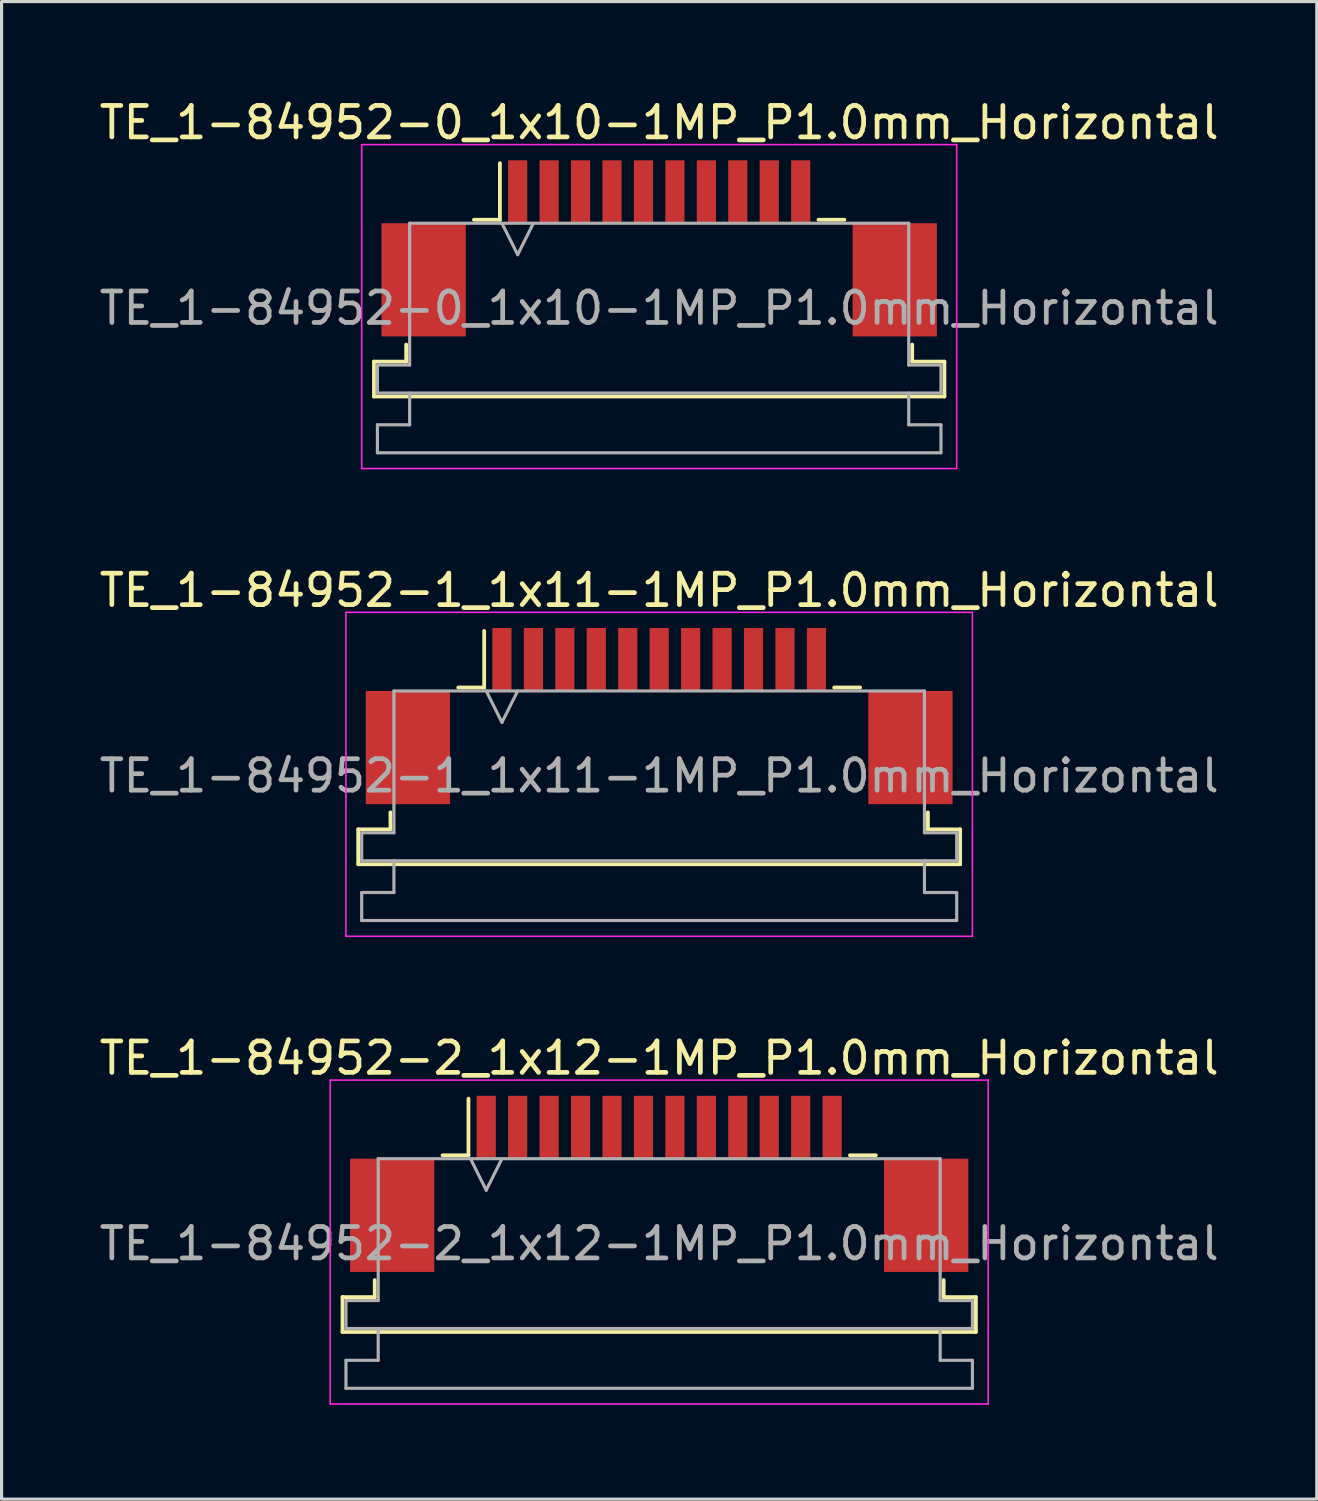
<source format=kicad_pcb>
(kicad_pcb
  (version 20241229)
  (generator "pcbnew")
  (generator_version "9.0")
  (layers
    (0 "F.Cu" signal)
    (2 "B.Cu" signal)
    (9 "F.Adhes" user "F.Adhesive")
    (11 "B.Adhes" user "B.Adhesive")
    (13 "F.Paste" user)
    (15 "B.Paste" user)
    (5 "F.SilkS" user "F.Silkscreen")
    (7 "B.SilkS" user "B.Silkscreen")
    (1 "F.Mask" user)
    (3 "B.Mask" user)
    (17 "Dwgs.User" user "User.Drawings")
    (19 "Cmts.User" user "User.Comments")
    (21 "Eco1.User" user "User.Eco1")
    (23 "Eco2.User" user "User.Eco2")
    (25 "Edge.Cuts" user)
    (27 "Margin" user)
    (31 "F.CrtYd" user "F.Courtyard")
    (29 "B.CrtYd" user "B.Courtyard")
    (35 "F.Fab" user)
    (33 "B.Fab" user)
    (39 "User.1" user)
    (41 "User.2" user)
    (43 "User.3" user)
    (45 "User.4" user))
  (footprint "TE_1-84952-2_1x12-1MP_P1.0mm_Horizontal"
    (layer "F.Cu")
    (at 17.911 34.595)
    (property "Reference" "TE_1-84952-2_1x12-1MP_P1.0mm_Horizontal" (at 0 -4 0) (layer "F.SilkS") (effects (font (size 1 1) (thickness 0.15))))
    (attr smd)
    (fp_line (start -10.07 3.6) (end -9.045 3.6) (stroke (width 0.12) (type solid)) (layer "F.SilkS"))
    (fp_line (start -10.07 4.71) (end -10.07 3.6) (stroke (width 0.12) (type solid)) (layer "F.SilkS"))
    (fp_line (start -9.045 3.6) (end -9.045 3.06) (stroke (width 0.12) (type solid)) (layer "F.SilkS"))
    (fp_line (start -6.89 -0.91) (end -6.065 -0.91) (stroke (width 0.12) (type solid)) (layer "F.SilkS"))
    (fp_line (start -6.065 -0.91) (end -6.065 -2.71) (stroke (width 0.12) (type solid)) (layer "F.SilkS"))
    (fp_line (start 6.065 -0.91) (end 6.89 -0.91) (stroke (width 0.12) (type solid)) (layer "F.SilkS"))
    (fp_line (start 9.045 3.06) (end 9.045 3.6) (stroke (width 0.12) (type solid)) (layer "F.SilkS"))
    (fp_line (start 9.045 3.6) (end 10.07 3.6) (stroke (width 0.12) (type solid)) (layer "F.SilkS"))
    (fp_line (start 10.07 3.6) (end 10.07 4.71) (stroke (width 0.12) (type solid)) (layer "F.SilkS"))
    (fp_line (start 10.07 4.71) (end -10.07 4.71) (stroke (width 0.12) (type solid)) (layer "F.SilkS"))
    (fp_line (start -10.46 -3.3) (end -10.46 7) (stroke (width 0.05) (type solid)) (layer "F.CrtYd"))
    (fp_line (start -10.46 7) (end 10.46 7) (stroke (width 0.05) (type solid)) (layer "F.CrtYd"))
    (fp_line (start 10.46 -3.3) (end -10.46 -3.3) (stroke (width 0.05) (type solid)) (layer "F.CrtYd"))
    (fp_line (start 10.46 7) (end 10.46 -3.3) (stroke (width 0.05) (type solid)) (layer "F.CrtYd"))
    (fp_line (start -9.96 3.71) (end -8.935 3.71) (stroke (width 0.1) (type solid)) (layer "F.Fab"))
    (fp_line (start -9.96 4.6) (end -9.96 3.71) (stroke (width 0.1) (type solid)) (layer "F.Fab"))
    (fp_line (start -9.96 5.61) (end -8.935 5.61) (stroke (width 0.1) (type solid)) (layer "F.Fab"))
    (fp_line (start -9.96 6.5) (end -9.96 5.61) (stroke (width 0.1) (type solid)) (layer "F.Fab"))
    (fp_line (start -8.935 -0.8) (end 8.935 -0.8) (stroke (width 0.1) (type solid)) (layer "F.Fab"))
    (fp_line (start -8.935 3.71) (end -8.935 -0.8) (stroke (width 0.1) (type solid)) (layer "F.Fab"))
    (fp_line (start -8.935 5.61) (end -8.935 4.6) (stroke (width 0.1) (type solid)) (layer "F.Fab"))
    (fp_line (start -6 -0.8) (end -5.5 0.2) (stroke (width 0.1) (type solid)) (layer "F.Fab"))
    (fp_line (start -5.5 0.2) (end -5 -0.8) (stroke (width 0.1) (type solid)) (layer "F.Fab"))
    (fp_line (start 8.935 -0.8) (end 8.935 3.71) (stroke (width 0.1) (type solid)) (layer "F.Fab"))
    (fp_line (start 8.935 3.71) (end 9.96 3.71) (stroke (width 0.1) (type solid)) (layer "F.Fab"))
    (fp_line (start 8.935 4.6) (end 8.935 5.61) (stroke (width 0.1) (type solid)) (layer "F.Fab"))
    (fp_line (start 8.935 5.61) (end 9.96 5.61) (stroke (width 0.1) (type solid)) (layer "F.Fab"))
    (fp_line (start 9.96 3.71) (end 9.96 4.6) (stroke (width 0.1) (type solid)) (layer "F.Fab"))
    (fp_line (start 9.96 4.6) (end -9.96 4.6) (stroke (width 0.1) (type solid)) (layer "F.Fab"))
    (fp_line (start 9.96 5.61) (end 9.96 6.5) (stroke (width 0.1) (type solid)) (layer "F.Fab"))
    (fp_line (start 9.96 6.5) (end -9.96 6.5) (stroke (width 0.1) (type solid)) (layer "F.Fab"))
    (fp_text user "${REFERENCE}" (at 0 1.9 0) (layer "F.Fab") (effects (font (size 1 1) (thickness 0.15))))
    (pad "1" smd rect (at -5.5 -1.8) (size 0.61 2) (layers "F.Cu" "F.Mask" "F.Paste"))
    (pad "2" smd rect (at -4.5 -1.8) (size 0.61 2) (layers "F.Cu" "F.Mask" "F.Paste"))
    (pad "3" smd rect (at -3.5 -1.8) (size 0.61 2) (layers "F.Cu" "F.Mask" "F.Paste"))
    (pad "4" smd rect (at -2.5 -1.8) (size 0.61 2) (layers "F.Cu" "F.Mask" "F.Paste"))
    (pad "5" smd rect (at -1.5 -1.8) (size 0.61 2) (layers "F.Cu" "F.Mask" "F.Paste"))
    (pad "6" smd rect (at -0.5 -1.8) (size 0.61 2) (layers "F.Cu" "F.Mask" "F.Paste"))
    (pad "7" smd rect (at 0.5 -1.8) (size 0.61 2) (layers "F.Cu" "F.Mask" "F.Paste"))
    (pad "8" smd rect (at 1.5 -1.8) (size 0.61 2) (layers "F.Cu" "F.Mask" "F.Paste"))
    (pad "9" smd rect (at 2.5 -1.8) (size 0.61 2) (layers "F.Cu" "F.Mask" "F.Paste"))
    (pad "10" smd rect (at 3.5 -1.8) (size 0.61 2) (layers "F.Cu" "F.Mask" "F.Paste"))
    (pad "11" smd rect (at 4.5 -1.8) (size 0.61 2) (layers "F.Cu" "F.Mask" "F.Paste"))
    (pad "12" smd rect (at 5.5 -1.8) (size 0.61 2) (layers "F.Cu" "F.Mask" "F.Paste"))
    (pad "MP" smd rect (at -8.49 1) (size 2.68 3.6) (layers "F.Cu" "F.Mask" "F.Paste"))
    (pad "MP" smd rect (at 8.49 1) (size 2.68 3.6) (layers "F.Cu" "F.Mask" "F.Paste")))
  (footprint "TE_1-84952-1_1x11-1MP_P1.0mm_Horizontal"
    (layer "F.Cu")
    (at 17.911 19.721)
    (property "Reference" "TE_1-84952-1_1x11-1MP_P1.0mm_Horizontal" (at 0 -4 0) (layer "F.SilkS") (effects (font (size 1 1) (thickness 0.15))))
    (attr smd)
    (fp_line (start -9.57 3.6) (end -8.545 3.6) (stroke (width 0.12) (type solid)) (layer "F.SilkS"))
    (fp_line (start -9.57 4.71) (end -9.57 3.6) (stroke (width 0.12) (type solid)) (layer "F.SilkS"))
    (fp_line (start -8.545 3.6) (end -8.545 3.06) (stroke (width 0.12) (type solid)) (layer "F.SilkS"))
    (fp_line (start -6.39 -0.91) (end -5.565 -0.91) (stroke (width 0.12) (type solid)) (layer "F.SilkS"))
    (fp_line (start -5.565 -0.91) (end -5.565 -2.71) (stroke (width 0.12) (type solid)) (layer "F.SilkS"))
    (fp_line (start 5.565 -0.91) (end 6.39 -0.91) (stroke (width 0.12) (type solid)) (layer "F.SilkS"))
    (fp_line (start 8.545 3.06) (end 8.545 3.6) (stroke (width 0.12) (type solid)) (layer "F.SilkS"))
    (fp_line (start 8.545 3.6) (end 9.57 3.6) (stroke (width 0.12) (type solid)) (layer "F.SilkS"))
    (fp_line (start 9.57 3.6) (end 9.57 4.71) (stroke (width 0.12) (type solid)) (layer "F.SilkS"))
    (fp_line (start 9.57 4.71) (end -9.57 4.71) (stroke (width 0.12) (type solid)) (layer "F.SilkS"))
    (fp_line (start -9.96 -3.3) (end -9.96 7) (stroke (width 0.05) (type solid)) (layer "F.CrtYd"))
    (fp_line (start -9.96 7) (end 9.96 7) (stroke (width 0.05) (type solid)) (layer "F.CrtYd"))
    (fp_line (start 9.96 -3.3) (end -9.96 -3.3) (stroke (width 0.05) (type solid)) (layer "F.CrtYd"))
    (fp_line (start 9.96 7) (end 9.96 -3.3) (stroke (width 0.05) (type solid)) (layer "F.CrtYd"))
    (fp_line (start -9.46 3.71) (end -8.435 3.71) (stroke (width 0.1) (type solid)) (layer "F.Fab"))
    (fp_line (start -9.46 4.6) (end -9.46 3.71) (stroke (width 0.1) (type solid)) (layer "F.Fab"))
    (fp_line (start -9.46 5.61) (end -8.435 5.61) (stroke (width 0.1) (type solid)) (layer "F.Fab"))
    (fp_line (start -9.46 6.5) (end -9.46 5.61) (stroke (width 0.1) (type solid)) (layer "F.Fab"))
    (fp_line (start -8.435 -0.8) (end 8.435 -0.8) (stroke (width 0.1) (type solid)) (layer "F.Fab"))
    (fp_line (start -8.435 3.71) (end -8.435 -0.8) (stroke (width 0.1) (type solid)) (layer "F.Fab"))
    (fp_line (start -8.435 5.61) (end -8.435 4.6) (stroke (width 0.1) (type solid)) (layer "F.Fab"))
    (fp_line (start -5.5 -0.8) (end -5 0.2) (stroke (width 0.1) (type solid)) (layer "F.Fab"))
    (fp_line (start -5 0.2) (end -4.5 -0.8) (stroke (width 0.1) (type solid)) (layer "F.Fab"))
    (fp_line (start 8.435 -0.8) (end 8.435 3.71) (stroke (width 0.1) (type solid)) (layer "F.Fab"))
    (fp_line (start 8.435 3.71) (end 9.46 3.71) (stroke (width 0.1) (type solid)) (layer "F.Fab"))
    (fp_line (start 8.435 4.6) (end 8.435 5.61) (stroke (width 0.1) (type solid)) (layer "F.Fab"))
    (fp_line (start 8.435 5.61) (end 9.46 5.61) (stroke (width 0.1) (type solid)) (layer "F.Fab"))
    (fp_line (start 9.46 3.71) (end 9.46 4.6) (stroke (width 0.1) (type solid)) (layer "F.Fab"))
    (fp_line (start 9.46 4.6) (end -9.46 4.6) (stroke (width 0.1) (type solid)) (layer "F.Fab"))
    (fp_line (start 9.46 5.61) (end 9.46 6.5) (stroke (width 0.1) (type solid)) (layer "F.Fab"))
    (fp_line (start 9.46 6.5) (end -9.46 6.5) (stroke (width 0.1) (type solid)) (layer "F.Fab"))
    (fp_text user "${REFERENCE}" (at 0 1.9 0) (layer "F.Fab") (effects (font (size 1 1) (thickness 0.15))))
    (pad "1" smd rect (at -5 -1.8) (size 0.61 2) (layers "F.Cu" "F.Mask" "F.Paste"))
    (pad "2" smd rect (at -4 -1.8) (size 0.61 2) (layers "F.Cu" "F.Mask" "F.Paste"))
    (pad "3" smd rect (at -3 -1.8) (size 0.61 2) (layers "F.Cu" "F.Mask" "F.Paste"))
    (pad "4" smd rect (at -2 -1.8) (size 0.61 2) (layers "F.Cu" "F.Mask" "F.Paste"))
    (pad "5" smd rect (at -1 -1.8) (size 0.61 2) (layers "F.Cu" "F.Mask" "F.Paste"))
    (pad "6" smd rect (at 0 -1.8) (size 0.61 2) (layers "F.Cu" "F.Mask" "F.Paste"))
    (pad "7" smd rect (at 1 -1.8) (size 0.61 2) (layers "F.Cu" "F.Mask" "F.Paste"))
    (pad "8" smd rect (at 2 -1.8) (size 0.61 2) (layers "F.Cu" "F.Mask" "F.Paste"))
    (pad "9" smd rect (at 3 -1.8) (size 0.61 2) (layers "F.Cu" "F.Mask" "F.Paste"))
    (pad "10" smd rect (at 4 -1.8) (size 0.61 2) (layers "F.Cu" "F.Mask" "F.Paste"))
    (pad "11" smd rect (at 5 -1.8) (size 0.61 2) (layers "F.Cu" "F.Mask" "F.Paste"))
    (pad "MP" smd rect (at -7.99 1) (size 2.68 3.6) (layers "F.Cu" "F.Mask" "F.Paste"))
    (pad "MP" smd rect (at 7.99 1) (size 2.68 3.6) (layers "F.Cu" "F.Mask" "F.Paste")))
  (footprint "TE_1-84952-0_1x10-1MP_P1.0mm_Horizontal"
    (layer "F.Cu")
    (at 17.911 4.848)
    (property "Reference" "TE_1-84952-0_1x10-1MP_P1.0mm_Horizontal" (at 0 -4 0) (layer "F.SilkS") (effects (font (size 1 1) (thickness 0.15))))
    (attr smd)
    (fp_line (start -9.07 3.6) (end -8.045 3.6) (stroke (width 0.12) (type solid)) (layer "F.SilkS"))
    (fp_line (start -9.07 4.71) (end -9.07 3.6) (stroke (width 0.12) (type solid)) (layer "F.SilkS"))
    (fp_line (start -8.045 3.6) (end -8.045 3.06) (stroke (width 0.12) (type solid)) (layer "F.SilkS"))
    (fp_line (start -5.89 -0.91) (end -5.065 -0.91) (stroke (width 0.12) (type solid)) (layer "F.SilkS"))
    (fp_line (start -5.065 -0.91) (end -5.065 -2.71) (stroke (width 0.12) (type solid)) (layer "F.SilkS"))
    (fp_line (start 5.065 -0.91) (end 5.89 -0.91) (stroke (width 0.12) (type solid)) (layer "F.SilkS"))
    (fp_line (start 8.045 3.06) (end 8.045 3.6) (stroke (width 0.12) (type solid)) (layer "F.SilkS"))
    (fp_line (start 8.045 3.6) (end 9.07 3.6) (stroke (width 0.12) (type solid)) (layer "F.SilkS"))
    (fp_line (start 9.07 3.6) (end 9.07 4.71) (stroke (width 0.12) (type solid)) (layer "F.SilkS"))
    (fp_line (start 9.07 4.71) (end -9.07 4.71) (stroke (width 0.12) (type solid)) (layer "F.SilkS"))
    (fp_line (start -9.46 -3.3) (end -9.46 7) (stroke (width 0.05) (type solid)) (layer "F.CrtYd"))
    (fp_line (start -9.46 7) (end 9.46 7) (stroke (width 0.05) (type solid)) (layer "F.CrtYd"))
    (fp_line (start 9.46 -3.3) (end -9.46 -3.3) (stroke (width 0.05) (type solid)) (layer "F.CrtYd"))
    (fp_line (start 9.46 7) (end 9.46 -3.3) (stroke (width 0.05) (type solid)) (layer "F.CrtYd"))
    (fp_line (start -8.96 3.71) (end -7.935 3.71) (stroke (width 0.1) (type solid)) (layer "F.Fab"))
    (fp_line (start -8.96 4.6) (end -8.96 3.71) (stroke (width 0.1) (type solid)) (layer "F.Fab"))
    (fp_line (start -8.96 5.61) (end -7.935 5.61) (stroke (width 0.1) (type solid)) (layer "F.Fab"))
    (fp_line (start -8.96 6.5) (end -8.96 5.61) (stroke (width 0.1) (type solid)) (layer "F.Fab"))
    (fp_line (start -7.935 -0.8) (end 7.935 -0.8) (stroke (width 0.1) (type solid)) (layer "F.Fab"))
    (fp_line (start -7.935 3.71) (end -7.935 -0.8) (stroke (width 0.1) (type solid)) (layer "F.Fab"))
    (fp_line (start -7.935 5.61) (end -7.935 4.6) (stroke (width 0.1) (type solid)) (layer "F.Fab"))
    (fp_line (start -5 -0.8) (end -4.5 0.2) (stroke (width 0.1) (type solid)) (layer "F.Fab"))
    (fp_line (start -4.5 0.2) (end -4 -0.8) (stroke (width 0.1) (type solid)) (layer "F.Fab"))
    (fp_line (start 7.935 -0.8) (end 7.935 3.71) (stroke (width 0.1) (type solid)) (layer "F.Fab"))
    (fp_line (start 7.935 3.71) (end 8.96 3.71) (stroke (width 0.1) (type solid)) (layer "F.Fab"))
    (fp_line (start 7.935 4.6) (end 7.935 5.61) (stroke (width 0.1) (type solid)) (layer "F.Fab"))
    (fp_line (start 7.935 5.61) (end 8.96 5.61) (stroke (width 0.1) (type solid)) (layer "F.Fab"))
    (fp_line (start 8.96 3.71) (end 8.96 4.6) (stroke (width 0.1) (type solid)) (layer "F.Fab"))
    (fp_line (start 8.96 4.6) (end -8.96 4.6) (stroke (width 0.1) (type solid)) (layer "F.Fab"))
    (fp_line (start 8.96 5.61) (end 8.96 6.5) (stroke (width 0.1) (type solid)) (layer "F.Fab"))
    (fp_line (start 8.96 6.5) (end -8.96 6.5) (stroke (width 0.1) (type solid)) (layer "F.Fab"))
    (fp_text user "${REFERENCE}" (at 0 1.9 0) (layer "F.Fab") (effects (font (size 1 1) (thickness 0.15))))
    (pad "1" smd rect (at -4.5 -1.8) (size 0.61 2) (layers "F.Cu" "F.Mask" "F.Paste"))
    (pad "2" smd rect (at -3.5 -1.8) (size 0.61 2) (layers "F.Cu" "F.Mask" "F.Paste"))
    (pad "3" smd rect (at -2.5 -1.8) (size 0.61 2) (layers "F.Cu" "F.Mask" "F.Paste"))
    (pad "4" smd rect (at -1.5 -1.8) (size 0.61 2) (layers "F.Cu" "F.Mask" "F.Paste"))
    (pad "5" smd rect (at -0.5 -1.8) (size 0.61 2) (layers "F.Cu" "F.Mask" "F.Paste"))
    (pad "6" smd rect (at 0.5 -1.8) (size 0.61 2) (layers "F.Cu" "F.Mask" "F.Paste"))
    (pad "7" smd rect (at 1.5 -1.8) (size 0.61 2) (layers "F.Cu" "F.Mask" "F.Paste"))
    (pad "8" smd rect (at 2.5 -1.8) (size 0.61 2) (layers "F.Cu" "F.Mask" "F.Paste"))
    (pad "9" smd rect (at 3.5 -1.8) (size 0.61 2) (layers "F.Cu" "F.Mask" "F.Paste"))
    (pad "10" smd rect (at 4.5 -1.8) (size 0.61 2) (layers "F.Cu" "F.Mask" "F.Paste"))
    (pad "MP" smd rect (at -7.49 1) (size 2.68 3.6) (layers "F.Cu" "F.Mask" "F.Paste"))
    (pad "MP" smd rect (at 7.49 1) (size 2.68 3.6) (layers "F.Cu" "F.Mask" "F.Paste")))
  (gr_rect
    (start -3 -3)
    (end 38.821 44.62)
    (stroke (width 0.1) (type default))
    (fill no)
    (layer "Edge.Cuts")))
</source>
